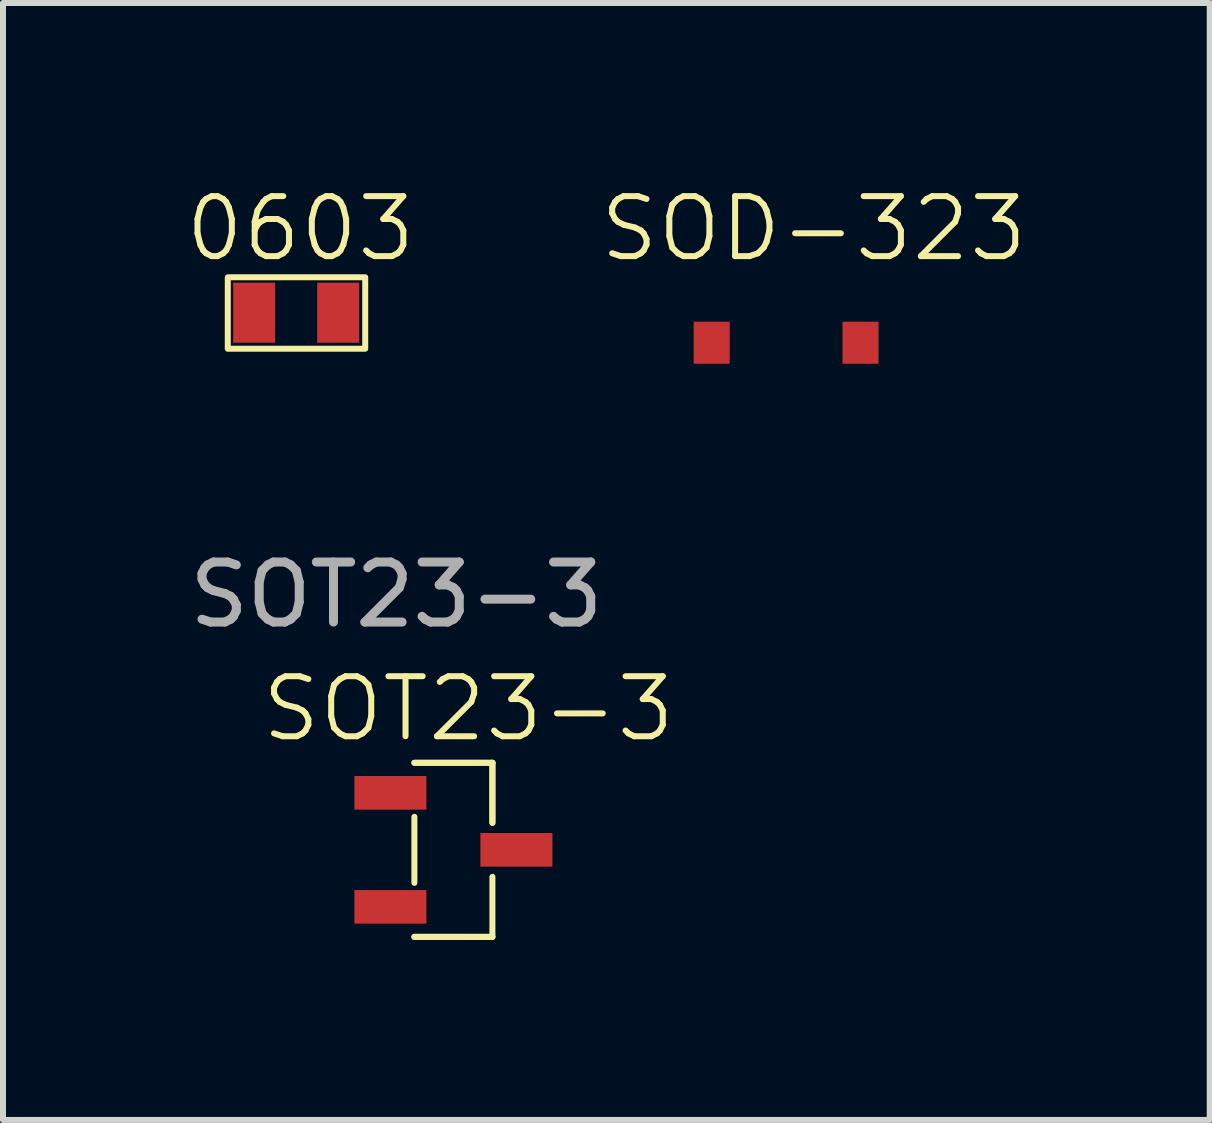
<source format=kicad_pcb>
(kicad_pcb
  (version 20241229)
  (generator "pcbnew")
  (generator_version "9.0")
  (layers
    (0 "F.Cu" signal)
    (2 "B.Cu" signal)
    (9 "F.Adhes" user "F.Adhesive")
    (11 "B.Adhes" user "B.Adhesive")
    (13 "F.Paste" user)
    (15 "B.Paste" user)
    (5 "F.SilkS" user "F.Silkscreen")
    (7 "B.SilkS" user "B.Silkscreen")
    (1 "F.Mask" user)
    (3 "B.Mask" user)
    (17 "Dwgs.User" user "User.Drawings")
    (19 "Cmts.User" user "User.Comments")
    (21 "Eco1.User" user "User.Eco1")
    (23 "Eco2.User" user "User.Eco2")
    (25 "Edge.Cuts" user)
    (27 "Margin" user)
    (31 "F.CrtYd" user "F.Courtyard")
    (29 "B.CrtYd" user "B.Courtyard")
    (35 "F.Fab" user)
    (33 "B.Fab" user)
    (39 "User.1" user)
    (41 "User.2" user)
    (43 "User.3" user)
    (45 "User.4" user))
  (footprint "SOD-323"
    (layer "F.Cu")
    (at 8.807 2.66)
    (property "Reference" "SOD-323" (at 1.7 -1.9 0) (unlocked yes) (layer "F.SilkS") (effects (font (size 1 1) (thickness 0.1))))
    (attr smd)
    (pad "1" smd rect (at 0 0 90) (size 0.7 0.6) (layers "F.Cu" "F.Mask" "F.Paste"))
    (pad "2" smd rect (at 2.48 0 90) (size 0.7 0.6) (layers "F.Cu" "F.Mask" "F.Paste")))
  (footprint "SOT23-3"
    (layer "F.Cu")
    (at 3.554 10.159)
    (property "Reference" "SOT23-3" (at 1.2 -1.4 0) (unlocked yes) (layer "F.SilkS") (effects (font (size 1 1) (thickness 0.1))))
    (attr smd)
    (fp_line (start 0.3 1.5) (end 0.3 0.4) (stroke (width 0.1) (type default)) (layer "F.SilkS"))
    (fp_line (start 0.3 2.4) (end 1.6 2.4) (stroke (width 0.1) (type default)) (layer "F.SilkS"))
    (fp_line (start 0.3 2.4) (end 1.6 2.4) (stroke (width 0.1) (type default)) (layer "F.SilkS"))
    (fp_line (start 1.6 -0.5) (end 0.3 -0.5) (stroke (width 0.1) (type default)) (layer "F.SilkS"))
    (fp_line (start 1.6 -0.5) (end 0.3 -0.5) (stroke (width 0.1) (type default)) (layer "F.SilkS"))
    (fp_line (start 1.6 -0.5) (end 1.6 0.5) (stroke (width 0.1) (type default)) (layer "F.SilkS"))
    (fp_line (start 1.6 0.5) (end 1.6 -0.5) (stroke (width 0.1) (type default)) (layer "F.SilkS"))
    (fp_line (start 1.6 2.4) (end 1.6 1.4) (stroke (width 0.1) (type default)) (layer "F.SilkS"))
    (fp_text user "${REFERENCE}" (at 0 -3.3 0) (unlocked yes) (layer "F.Fab") (effects (font (size 1 1) (thickness 0.15))))
    (pad "1" smd rect (at -0.1 0) (size 1.2 0.56) (layers "F.Cu" "F.Mask" "F.Paste"))
    (pad "2" smd rect (at -0.1 1.9) (size 1.2 0.56) (layers "F.Cu" "F.Mask" "F.Paste"))
    (pad "3" smd rect (at 2 0.95) (size 1.2 0.56) (layers "F.Cu" "F.Mask" "F.Paste")))
  (footprint "0603"
    (layer "F.Cu")
    (at 1.185 2.16)
    (property "Reference" "0603" (at 0.77 -1.4 0) (unlocked yes) (layer "F.SilkS") (effects (font (size 1 1) (thickness 0.1))))
    (attr smd)
    (fp_rect (start -0.44 -0.59) (end 1.85 0.6) (stroke (width 0.1) (type default)) (fill no) (layer "F.SilkS"))
    (pad "1" smd rect (at 0 0) (size 0.7 1) (layers "F.Cu" "F.Mask" "F.Paste"))
    (pad "2" smd rect (at 1.4 0) (size 0.7 1) (layers "F.Cu" "F.Mask" "F.Paste")))
  (gr_rect
    (start -3 -3)
    (end 17.105 15.609)
    (stroke (width 0.1) (type default))
    (fill no)
    (layer "Edge.Cuts")))
</source>
